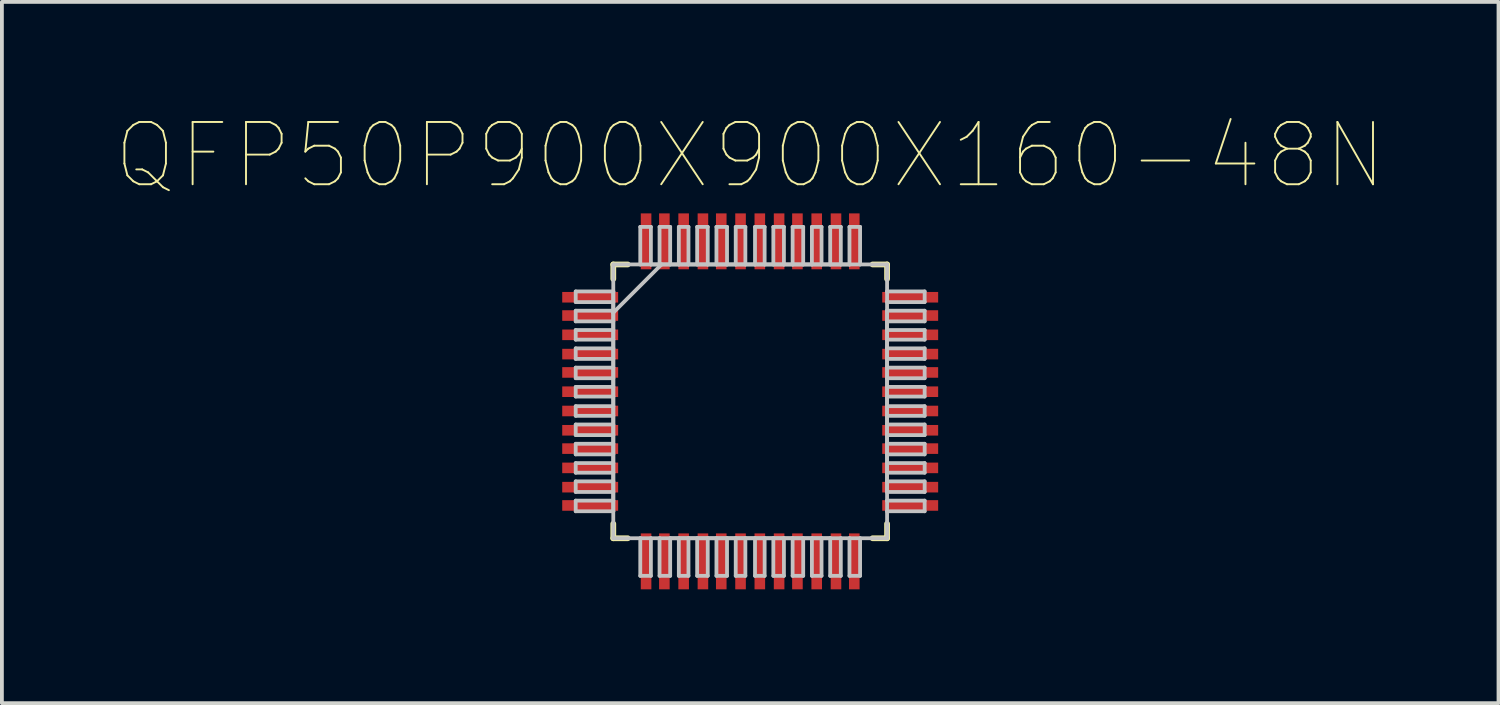
<source format=kicad_pcb>
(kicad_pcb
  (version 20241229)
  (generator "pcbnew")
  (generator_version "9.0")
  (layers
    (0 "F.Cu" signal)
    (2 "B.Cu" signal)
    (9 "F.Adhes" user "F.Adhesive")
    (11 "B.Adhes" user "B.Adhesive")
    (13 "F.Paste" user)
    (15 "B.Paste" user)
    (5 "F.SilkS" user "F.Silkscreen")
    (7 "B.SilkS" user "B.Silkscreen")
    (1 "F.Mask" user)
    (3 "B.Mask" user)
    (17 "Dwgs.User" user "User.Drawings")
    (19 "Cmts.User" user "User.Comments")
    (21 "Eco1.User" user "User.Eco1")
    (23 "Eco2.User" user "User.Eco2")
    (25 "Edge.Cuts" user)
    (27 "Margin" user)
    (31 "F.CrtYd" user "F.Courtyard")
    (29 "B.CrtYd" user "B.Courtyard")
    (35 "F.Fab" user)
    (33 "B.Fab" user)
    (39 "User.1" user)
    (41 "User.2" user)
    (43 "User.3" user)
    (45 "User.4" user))
  (footprint "QFP50P900X900X160-48N"
    (layer "F.Cu")
    (at 16.716 7.525)
    (property "Reference" "QFP50P900X900X160-48N" (at 0 -6.477 0) (layer "F.SilkS") (effects (font (size 1.641 1.641) (thickness 0.05))))
    (attr smd)
    (fp_line (start -3.607 -3.607) (end -3.607 -3.226) (stroke (width 0.152) (type solid)) (layer "F.SilkS"))
    (fp_line (start -3.607 3.226) (end -3.607 3.607) (stroke (width 0.152) (type solid)) (layer "F.SilkS"))
    (fp_line (start -3.607 3.607) (end -3.226 3.607) (stroke (width 0.152) (type solid)) (layer "F.SilkS"))
    (fp_line (start -3.226 -3.607) (end -3.607 -3.607) (stroke (width 0.152) (type solid)) (layer "F.SilkS"))
    (fp_line (start 3.226 3.607) (end 3.607 3.607) (stroke (width 0.152) (type solid)) (layer "F.SilkS"))
    (fp_line (start 3.607 -3.607) (end 3.226 -3.607) (stroke (width 0.152) (type solid)) (layer "F.SilkS"))
    (fp_line (start 3.607 -3.226) (end 3.607 -3.607) (stroke (width 0.152) (type solid)) (layer "F.SilkS"))
    (fp_line (start 3.607 3.607) (end 3.607 3.226) (stroke (width 0.152) (type solid)) (layer "F.SilkS"))
    (fp_line (start -4.597 -2.896) (end -4.597 -2.616) (stroke (width 0.1) (type solid)) (layer "Dwgs.User"))
    (fp_line (start -4.597 -2.616) (end -3.607 -2.616) (stroke (width 0.1) (type solid)) (layer "Dwgs.User"))
    (fp_line (start -4.597 -2.388) (end -4.597 -2.108) (stroke (width 0.1) (type solid)) (layer "Dwgs.User"))
    (fp_line (start -4.597 -2.108) (end -3.607 -2.108) (stroke (width 0.1) (type solid)) (layer "Dwgs.User"))
    (fp_line (start -4.597 -1.88) (end -4.597 -1.626) (stroke (width 0.1) (type solid)) (layer "Dwgs.User"))
    (fp_line (start -4.597 -1.626) (end -3.607 -1.626) (stroke (width 0.1) (type solid)) (layer "Dwgs.User"))
    (fp_line (start -4.597 -1.397) (end -4.597 -1.118) (stroke (width 0.1) (type solid)) (layer "Dwgs.User"))
    (fp_line (start -4.597 -1.118) (end -3.607 -1.118) (stroke (width 0.1) (type solid)) (layer "Dwgs.User"))
    (fp_line (start -4.597 -0.889) (end -4.597 -0.61) (stroke (width 0.1) (type solid)) (layer "Dwgs.User"))
    (fp_line (start -4.597 -0.61) (end -3.607 -0.61) (stroke (width 0.1) (type solid)) (layer "Dwgs.User"))
    (fp_line (start -4.597 -0.381) (end -4.597 -0.127) (stroke (width 0.1) (type solid)) (layer "Dwgs.User"))
    (fp_line (start -4.597 -0.127) (end -3.607 -0.127) (stroke (width 0.1) (type solid)) (layer "Dwgs.User"))
    (fp_line (start -4.597 0.127) (end -4.597 0.381) (stroke (width 0.1) (type solid)) (layer "Dwgs.User"))
    (fp_line (start -4.597 0.381) (end -3.607 0.381) (stroke (width 0.1) (type solid)) (layer "Dwgs.User"))
    (fp_line (start -4.597 0.61) (end -4.597 0.889) (stroke (width 0.1) (type solid)) (layer "Dwgs.User"))
    (fp_line (start -4.597 0.889) (end -3.607 0.889) (stroke (width 0.1) (type solid)) (layer "Dwgs.User"))
    (fp_line (start -4.597 1.118) (end -4.597 1.397) (stroke (width 0.1) (type solid)) (layer "Dwgs.User"))
    (fp_line (start -4.597 1.397) (end -3.607 1.397) (stroke (width 0.1) (type solid)) (layer "Dwgs.User"))
    (fp_line (start -4.597 1.626) (end -4.597 1.88) (stroke (width 0.1) (type solid)) (layer "Dwgs.User"))
    (fp_line (start -4.597 1.88) (end -3.607 1.88) (stroke (width 0.1) (type solid)) (layer "Dwgs.User"))
    (fp_line (start -4.597 2.108) (end -4.597 2.388) (stroke (width 0.1) (type solid)) (layer "Dwgs.User"))
    (fp_line (start -4.597 2.388) (end -3.607 2.388) (stroke (width 0.1) (type solid)) (layer "Dwgs.User"))
    (fp_line (start -4.597 2.616) (end -4.597 2.896) (stroke (width 0.1) (type solid)) (layer "Dwgs.User"))
    (fp_line (start -4.597 2.896) (end -3.607 2.896) (stroke (width 0.1) (type solid)) (layer "Dwgs.User"))
    (fp_line (start -3.607 -3.607) (end -3.607 -2.896) (stroke (width 0.1) (type solid)) (layer "Dwgs.User"))
    (fp_line (start -3.607 -2.896) (end -4.597 -2.896) (stroke (width 0.1) (type solid)) (layer "Dwgs.User"))
    (fp_line (start -3.607 -2.896) (end -3.607 2.896) (stroke (width 0.1) (type solid)) (layer "Dwgs.User"))
    (fp_line (start -3.607 -2.616) (end -3.607 -2.896) (stroke (width 0.1) (type solid)) (layer "Dwgs.User"))
    (fp_line (start -3.607 -2.616) (end -3.607 -2.388) (stroke (width 0.1) (type solid)) (layer "Dwgs.User"))
    (fp_line (start -3.607 -2.388) (end -4.597 -2.388) (stroke (width 0.1) (type solid)) (layer "Dwgs.User"))
    (fp_line (start -3.607 -2.337) (end -3.607 -2.388) (stroke (width 0.1) (type solid)) (layer "Dwgs.User"))
    (fp_line (start -3.607 -2.337) (end -2.337 -3.607) (stroke (width 0.1) (type solid)) (layer "Dwgs.User"))
    (fp_line (start -3.607 -2.108) (end -3.607 -2.337) (stroke (width 0.1) (type solid)) (layer "Dwgs.User"))
    (fp_line (start -3.607 -2.108) (end -3.607 -1.88) (stroke (width 0.1) (type solid)) (layer "Dwgs.User"))
    (fp_line (start -3.607 -1.88) (end -4.597 -1.88) (stroke (width 0.1) (type solid)) (layer "Dwgs.User"))
    (fp_line (start -3.607 -1.626) (end -3.607 -1.88) (stroke (width 0.1) (type solid)) (layer "Dwgs.User"))
    (fp_line (start -3.607 -1.626) (end -3.607 -1.397) (stroke (width 0.1) (type solid)) (layer "Dwgs.User"))
    (fp_line (start -3.607 -1.397) (end -4.597 -1.397) (stroke (width 0.1) (type solid)) (layer "Dwgs.User"))
    (fp_line (start -3.607 -1.118) (end -3.607 -1.397) (stroke (width 0.1) (type solid)) (layer "Dwgs.User"))
    (fp_line (start -3.607 -1.118) (end -3.607 -0.889) (stroke (width 0.1) (type solid)) (layer "Dwgs.User"))
    (fp_line (start -3.607 -0.889) (end -4.597 -0.889) (stroke (width 0.1) (type solid)) (layer "Dwgs.User"))
    (fp_line (start -3.607 -0.61) (end -3.607 -0.889) (stroke (width 0.1) (type solid)) (layer "Dwgs.User"))
    (fp_line (start -3.607 -0.61) (end -3.607 -0.381) (stroke (width 0.1) (type solid)) (layer "Dwgs.User"))
    (fp_line (start -3.607 -0.381) (end -4.597 -0.381) (stroke (width 0.1) (type solid)) (layer "Dwgs.User"))
    (fp_line (start -3.607 -0.127) (end -3.607 -0.381) (stroke (width 0.1) (type solid)) (layer "Dwgs.User"))
    (fp_line (start -3.607 -0.127) (end -3.607 0.127) (stroke (width 0.1) (type solid)) (layer "Dwgs.User"))
    (fp_line (start -3.607 0.127) (end -4.597 0.127) (stroke (width 0.1) (type solid)) (layer "Dwgs.User"))
    (fp_line (start -3.607 0.381) (end -3.607 0.127) (stroke (width 0.1) (type solid)) (layer "Dwgs.User"))
    (fp_line (start -3.607 0.381) (end -3.607 0.61) (stroke (width 0.1) (type solid)) (layer "Dwgs.User"))
    (fp_line (start -3.607 0.61) (end -4.597 0.61) (stroke (width 0.1) (type solid)) (layer "Dwgs.User"))
    (fp_line (start -3.607 0.889) (end -3.607 0.61) (stroke (width 0.1) (type solid)) (layer "Dwgs.User"))
    (fp_line (start -3.607 0.889) (end -3.607 1.118) (stroke (width 0.1) (type solid)) (layer "Dwgs.User"))
    (fp_line (start -3.607 1.118) (end -4.597 1.118) (stroke (width 0.1) (type solid)) (layer "Dwgs.User"))
    (fp_line (start -3.607 1.397) (end -3.607 1.118) (stroke (width 0.1) (type solid)) (layer "Dwgs.User"))
    (fp_line (start -3.607 1.397) (end -3.607 1.626) (stroke (width 0.1) (type solid)) (layer "Dwgs.User"))
    (fp_line (start -3.607 1.626) (end -4.597 1.626) (stroke (width 0.1) (type solid)) (layer "Dwgs.User"))
    (fp_line (start -3.607 1.88) (end -3.607 1.626) (stroke (width 0.1) (type solid)) (layer "Dwgs.User"))
    (fp_line (start -3.607 1.88) (end -3.607 2.108) (stroke (width 0.1) (type solid)) (layer "Dwgs.User"))
    (fp_line (start -3.607 2.108) (end -4.597 2.108) (stroke (width 0.1) (type solid)) (layer "Dwgs.User"))
    (fp_line (start -3.607 2.388) (end -3.607 2.108) (stroke (width 0.1) (type solid)) (layer "Dwgs.User"))
    (fp_line (start -3.607 2.388) (end -3.607 2.616) (stroke (width 0.1) (type solid)) (layer "Dwgs.User"))
    (fp_line (start -3.607 2.616) (end -4.597 2.616) (stroke (width 0.1) (type solid)) (layer "Dwgs.User"))
    (fp_line (start -3.607 2.896) (end -3.607 2.616) (stroke (width 0.1) (type solid)) (layer "Dwgs.User"))
    (fp_line (start -3.607 2.896) (end -3.607 3.607) (stroke (width 0.1) (type solid)) (layer "Dwgs.User"))
    (fp_line (start -3.607 3.607) (end -2.896 3.607) (stroke (width 0.1) (type solid)) (layer "Dwgs.User"))
    (fp_line (start -2.896 -4.597) (end -2.896 -3.607) (stroke (width 0.1) (type solid)) (layer "Dwgs.User"))
    (fp_line (start -2.896 -3.607) (end -3.607 -3.607) (stroke (width 0.1) (type solid)) (layer "Dwgs.User"))
    (fp_line (start -2.896 -3.607) (end -2.616 -3.607) (stroke (width 0.1) (type solid)) (layer "Dwgs.User"))
    (fp_line (start -2.896 3.607) (end -2.896 4.597) (stroke (width 0.1) (type solid)) (layer "Dwgs.User"))
    (fp_line (start -2.896 4.597) (end -2.616 4.597) (stroke (width 0.1) (type solid)) (layer "Dwgs.User"))
    (fp_line (start -2.616 -4.597) (end -2.896 -4.597) (stroke (width 0.1) (type solid)) (layer "Dwgs.User"))
    (fp_line (start -2.616 -3.607) (end -2.616 -4.597) (stroke (width 0.1) (type solid)) (layer "Dwgs.User"))
    (fp_line (start -2.616 3.607) (end -2.896 3.607) (stroke (width 0.1) (type solid)) (layer "Dwgs.User"))
    (fp_line (start -2.616 3.607) (end -2.388 3.607) (stroke (width 0.1) (type solid)) (layer "Dwgs.User"))
    (fp_line (start -2.616 4.597) (end -2.616 3.607) (stroke (width 0.1) (type solid)) (layer "Dwgs.User"))
    (fp_line (start -2.388 -4.597) (end -2.388 -3.607) (stroke (width 0.1) (type solid)) (layer "Dwgs.User"))
    (fp_line (start -2.388 -3.607) (end -2.616 -3.607) (stroke (width 0.1) (type solid)) (layer "Dwgs.User"))
    (fp_line (start -2.388 -3.607) (end -2.337 -3.607) (stroke (width 0.1) (type solid)) (layer "Dwgs.User"))
    (fp_line (start -2.388 3.607) (end -2.388 4.597) (stroke (width 0.1) (type solid)) (layer "Dwgs.User"))
    (fp_line (start -2.388 4.597) (end -2.108 4.597) (stroke (width 0.1) (type solid)) (layer "Dwgs.User"))
    (fp_line (start -2.337 -3.607) (end -2.108 -3.607) (stroke (width 0.1) (type solid)) (layer "Dwgs.User"))
    (fp_line (start -2.108 -4.597) (end -2.388 -4.597) (stroke (width 0.1) (type solid)) (layer "Dwgs.User"))
    (fp_line (start -2.108 -3.607) (end -2.108 -4.597) (stroke (width 0.1) (type solid)) (layer "Dwgs.User"))
    (fp_line (start -2.108 3.607) (end -2.388 3.607) (stroke (width 0.1) (type solid)) (layer "Dwgs.User"))
    (fp_line (start -2.108 3.607) (end -1.88 3.607) (stroke (width 0.1) (type solid)) (layer "Dwgs.User"))
    (fp_line (start -2.108 3.607) (end 2.108 3.607) (stroke (width 0.1) (type solid)) (layer "Dwgs.User"))
    (fp_line (start -2.108 4.597) (end -2.108 3.607) (stroke (width 0.1) (type solid)) (layer "Dwgs.User"))
    (fp_line (start -1.88 -4.597) (end -1.88 -3.607) (stroke (width 0.1) (type solid)) (layer "Dwgs.User"))
    (fp_line (start -1.88 -3.607) (end -2.108 -3.607) (stroke (width 0.1) (type solid)) (layer "Dwgs.User"))
    (fp_line (start -1.88 -3.607) (end -1.626 -3.607) (stroke (width 0.1) (type solid)) (layer "Dwgs.User"))
    (fp_line (start -1.88 3.607) (end -1.88 4.597) (stroke (width 0.1) (type solid)) (layer "Dwgs.User"))
    (fp_line (start -1.88 4.597) (end -1.626 4.597) (stroke (width 0.1) (type solid)) (layer "Dwgs.User"))
    (fp_line (start -1.626 -4.597) (end -1.88 -4.597) (stroke (width 0.1) (type solid)) (layer "Dwgs.User"))
    (fp_line (start -1.626 -3.607) (end -1.626 -4.597) (stroke (width 0.1) (type solid)) (layer "Dwgs.User"))
    (fp_line (start -1.626 3.607) (end -1.88 3.607) (stroke (width 0.1) (type solid)) (layer "Dwgs.User"))
    (fp_line (start -1.626 3.607) (end -1.397 3.607) (stroke (width 0.1) (type solid)) (layer "Dwgs.User"))
    (fp_line (start -1.626 4.597) (end -1.626 3.607) (stroke (width 0.1) (type solid)) (layer "Dwgs.User"))
    (fp_line (start -1.397 -4.597) (end -1.397 -3.607) (stroke (width 0.1) (type solid)) (layer "Dwgs.User"))
    (fp_line (start -1.397 -3.607) (end -1.626 -3.607) (stroke (width 0.1) (type solid)) (layer "Dwgs.User"))
    (fp_line (start -1.397 -3.607) (end -1.118 -3.607) (stroke (width 0.1) (type solid)) (layer "Dwgs.User"))
    (fp_line (start -1.397 3.607) (end -1.397 4.597) (stroke (width 0.1) (type solid)) (layer "Dwgs.User"))
    (fp_line (start -1.397 4.597) (end -1.118 4.597) (stroke (width 0.1) (type solid)) (layer "Dwgs.User"))
    (fp_line (start -1.118 -4.597) (end -1.397 -4.597) (stroke (width 0.1) (type solid)) (layer "Dwgs.User"))
    (fp_line (start -1.118 -3.607) (end -1.118 -4.597) (stroke (width 0.1) (type solid)) (layer "Dwgs.User"))
    (fp_line (start -1.118 3.607) (end -1.397 3.607) (stroke (width 0.1) (type solid)) (layer "Dwgs.User"))
    (fp_line (start -1.118 3.607) (end -0.889 3.607) (stroke (width 0.1) (type solid)) (layer "Dwgs.User"))
    (fp_line (start -1.118 4.597) (end -1.118 3.607) (stroke (width 0.1) (type solid)) (layer "Dwgs.User"))
    (fp_line (start -0.889 -4.597) (end -0.889 -3.607) (stroke (width 0.1) (type solid)) (layer "Dwgs.User"))
    (fp_line (start -0.889 -3.607) (end -1.118 -3.607) (stroke (width 0.1) (type solid)) (layer "Dwgs.User"))
    (fp_line (start -0.889 -3.607) (end -0.61 -3.607) (stroke (width 0.1) (type solid)) (layer "Dwgs.User"))
    (fp_line (start -0.889 3.607) (end -0.889 4.597) (stroke (width 0.1) (type solid)) (layer "Dwgs.User"))
    (fp_line (start -0.889 4.597) (end -0.61 4.597) (stroke (width 0.1) (type solid)) (layer "Dwgs.User"))
    (fp_line (start -0.61 -4.597) (end -0.889 -4.597) (stroke (width 0.1) (type solid)) (layer "Dwgs.User"))
    (fp_line (start -0.61 -3.607) (end -0.61 -4.597) (stroke (width 0.1) (type solid)) (layer "Dwgs.User"))
    (fp_line (start -0.61 3.607) (end -0.889 3.607) (stroke (width 0.1) (type solid)) (layer "Dwgs.User"))
    (fp_line (start -0.61 3.607) (end -0.381 3.607) (stroke (width 0.1) (type solid)) (layer "Dwgs.User"))
    (fp_line (start -0.61 4.597) (end -0.61 3.607) (stroke (width 0.1) (type solid)) (layer "Dwgs.User"))
    (fp_line (start -0.381 -4.597) (end -0.381 -3.607) (stroke (width 0.1) (type solid)) (layer "Dwgs.User"))
    (fp_line (start -0.381 -3.607) (end -0.61 -3.607) (stroke (width 0.1) (type solid)) (layer "Dwgs.User"))
    (fp_line (start -0.381 -3.607) (end -0.127 -3.607) (stroke (width 0.1) (type solid)) (layer "Dwgs.User"))
    (fp_line (start -0.381 3.607) (end -0.381 4.597) (stroke (width 0.1) (type solid)) (layer "Dwgs.User"))
    (fp_line (start -0.381 4.597) (end -0.127 4.597) (stroke (width 0.1) (type solid)) (layer "Dwgs.User"))
    (fp_line (start -0.127 -4.597) (end -0.381 -4.597) (stroke (width 0.1) (type solid)) (layer "Dwgs.User"))
    (fp_line (start -0.127 -3.607) (end -0.127 -4.597) (stroke (width 0.1) (type solid)) (layer "Dwgs.User"))
    (fp_line (start -0.127 3.607) (end -0.381 3.607) (stroke (width 0.1) (type solid)) (layer "Dwgs.User"))
    (fp_line (start -0.127 3.607) (end 0.127 3.607) (stroke (width 0.1) (type solid)) (layer "Dwgs.User"))
    (fp_line (start -0.127 4.597) (end -0.127 3.607) (stroke (width 0.1) (type solid)) (layer "Dwgs.User"))
    (fp_line (start 0.127 -4.597) (end 0.127 -3.607) (stroke (width 0.1) (type solid)) (layer "Dwgs.User"))
    (fp_line (start 0.127 -3.607) (end -0.127 -3.607) (stroke (width 0.1) (type solid)) (layer "Dwgs.User"))
    (fp_line (start 0.127 -3.607) (end 0.381 -3.607) (stroke (width 0.1) (type solid)) (layer "Dwgs.User"))
    (fp_line (start 0.127 3.607) (end 0.127 4.597) (stroke (width 0.1) (type solid)) (layer "Dwgs.User"))
    (fp_line (start 0.127 4.597) (end 0.381 4.597) (stroke (width 0.1) (type solid)) (layer "Dwgs.User"))
    (fp_line (start 0.381 -4.597) (end 0.127 -4.597) (stroke (width 0.1) (type solid)) (layer "Dwgs.User"))
    (fp_line (start 0.381 -3.607) (end 0.381 -4.597) (stroke (width 0.1) (type solid)) (layer "Dwgs.User"))
    (fp_line (start 0.381 3.607) (end 0.127 3.607) (stroke (width 0.1) (type solid)) (layer "Dwgs.User"))
    (fp_line (start 0.381 3.607) (end 0.61 3.607) (stroke (width 0.1) (type solid)) (layer "Dwgs.User"))
    (fp_line (start 0.381 4.597) (end 0.381 3.607) (stroke (width 0.1) (type solid)) (layer "Dwgs.User"))
    (fp_line (start 0.61 -4.597) (end 0.61 -3.607) (stroke (width 0.1) (type solid)) (layer "Dwgs.User"))
    (fp_line (start 0.61 -3.607) (end 0.381 -3.607) (stroke (width 0.1) (type solid)) (layer "Dwgs.User"))
    (fp_line (start 0.61 -3.607) (end 0.889 -3.607) (stroke (width 0.1) (type solid)) (layer "Dwgs.User"))
    (fp_line (start 0.61 3.607) (end 0.61 4.597) (stroke (width 0.1) (type solid)) (layer "Dwgs.User"))
    (fp_line (start 0.61 4.597) (end 0.889 4.597) (stroke (width 0.1) (type solid)) (layer "Dwgs.User"))
    (fp_line (start 0.889 -4.597) (end 0.61 -4.597) (stroke (width 0.1) (type solid)) (layer "Dwgs.User"))
    (fp_line (start 0.889 -3.607) (end 0.889 -4.597) (stroke (width 0.1) (type solid)) (layer "Dwgs.User"))
    (fp_line (start 0.889 3.607) (end 0.61 3.607) (stroke (width 0.1) (type solid)) (layer "Dwgs.User"))
    (fp_line (start 0.889 3.607) (end 1.118 3.607) (stroke (width 0.1) (type solid)) (layer "Dwgs.User"))
    (fp_line (start 0.889 4.597) (end 0.889 3.607) (stroke (width 0.1) (type solid)) (layer "Dwgs.User"))
    (fp_line (start 1.118 -4.597) (end 1.118 -3.607) (stroke (width 0.1) (type solid)) (layer "Dwgs.User"))
    (fp_line (start 1.118 -3.607) (end 0.889 -3.607) (stroke (width 0.1) (type solid)) (layer "Dwgs.User"))
    (fp_line (start 1.118 -3.607) (end 1.397 -3.607) (stroke (width 0.1) (type solid)) (layer "Dwgs.User"))
    (fp_line (start 1.118 3.607) (end 1.118 4.597) (stroke (width 0.1) (type solid)) (layer "Dwgs.User"))
    (fp_line (start 1.118 4.597) (end 1.397 4.597) (stroke (width 0.1) (type solid)) (layer "Dwgs.User"))
    (fp_line (start 1.397 -4.597) (end 1.118 -4.597) (stroke (width 0.1) (type solid)) (layer "Dwgs.User"))
    (fp_line (start 1.397 -3.607) (end 1.397 -4.597) (stroke (width 0.1) (type solid)) (layer "Dwgs.User"))
    (fp_line (start 1.397 3.607) (end 1.118 3.607) (stroke (width 0.1) (type solid)) (layer "Dwgs.User"))
    (fp_line (start 1.397 3.607) (end 1.626 3.607) (stroke (width 0.1) (type solid)) (layer "Dwgs.User"))
    (fp_line (start 1.397 4.597) (end 1.397 3.607) (stroke (width 0.1) (type solid)) (layer "Dwgs.User"))
    (fp_line (start 1.626 -4.597) (end 1.626 -3.607) (stroke (width 0.1) (type solid)) (layer "Dwgs.User"))
    (fp_line (start 1.626 -3.607) (end 1.397 -3.607) (stroke (width 0.1) (type solid)) (layer "Dwgs.User"))
    (fp_line (start 1.626 -3.607) (end 1.88 -3.607) (stroke (width 0.1) (type solid)) (layer "Dwgs.User"))
    (fp_line (start 1.626 3.607) (end 1.626 4.597) (stroke (width 0.1) (type solid)) (layer "Dwgs.User"))
    (fp_line (start 1.626 4.597) (end 1.88 4.597) (stroke (width 0.1) (type solid)) (layer "Dwgs.User"))
    (fp_line (start 1.88 -4.597) (end 1.626 -4.597) (stroke (width 0.1) (type solid)) (layer "Dwgs.User"))
    (fp_line (start 1.88 -3.607) (end 1.88 -4.597) (stroke (width 0.1) (type solid)) (layer "Dwgs.User"))
    (fp_line (start 1.88 3.607) (end 1.626 3.607) (stroke (width 0.1) (type solid)) (layer "Dwgs.User"))
    (fp_line (start 1.88 3.607) (end 2.108 3.607) (stroke (width 0.1) (type solid)) (layer "Dwgs.User"))
    (fp_line (start 1.88 4.597) (end 1.88 3.607) (stroke (width 0.1) (type solid)) (layer "Dwgs.User"))
    (fp_line (start 2.108 -4.597) (end 2.108 -3.607) (stroke (width 0.1) (type solid)) (layer "Dwgs.User"))
    (fp_line (start 2.108 -3.607) (end 1.88 -3.607) (stroke (width 0.1) (type solid)) (layer "Dwgs.User"))
    (fp_line (start 2.108 -3.607) (end 2.388 -3.607) (stroke (width 0.1) (type solid)) (layer "Dwgs.User"))
    (fp_line (start 2.108 3.607) (end 2.108 4.597) (stroke (width 0.1) (type solid)) (layer "Dwgs.User"))
    (fp_line (start 2.108 4.597) (end 2.388 4.597) (stroke (width 0.1) (type solid)) (layer "Dwgs.User"))
    (fp_line (start 2.388 -4.597) (end 2.108 -4.597) (stroke (width 0.1) (type solid)) (layer "Dwgs.User"))
    (fp_line (start 2.388 -3.607) (end 2.388 -4.597) (stroke (width 0.1) (type solid)) (layer "Dwgs.User"))
    (fp_line (start 2.388 3.607) (end 2.108 3.607) (stroke (width 0.1) (type solid)) (layer "Dwgs.User"))
    (fp_line (start 2.388 3.607) (end 2.616 3.607) (stroke (width 0.1) (type solid)) (layer "Dwgs.User"))
    (fp_line (start 2.388 4.597) (end 2.388 3.607) (stroke (width 0.1) (type solid)) (layer "Dwgs.User"))
    (fp_line (start 2.616 -4.597) (end 2.616 -3.607) (stroke (width 0.1) (type solid)) (layer "Dwgs.User"))
    (fp_line (start 2.616 -3.607) (end -2.616 -3.607) (stroke (width 0.1) (type solid)) (layer "Dwgs.User"))
    (fp_line (start 2.616 -3.607) (end 2.388 -3.607) (stroke (width 0.1) (type solid)) (layer "Dwgs.User"))
    (fp_line (start 2.616 -3.607) (end 2.896 -3.607) (stroke (width 0.1) (type solid)) (layer "Dwgs.User"))
    (fp_line (start 2.616 3.607) (end 2.616 4.597) (stroke (width 0.1) (type solid)) (layer "Dwgs.User"))
    (fp_line (start 2.616 4.597) (end 2.896 4.597) (stroke (width 0.1) (type solid)) (layer "Dwgs.User"))
    (fp_line (start 2.896 -4.597) (end 2.616 -4.597) (stroke (width 0.1) (type solid)) (layer "Dwgs.User"))
    (fp_line (start 2.896 -3.607) (end 2.896 -4.597) (stroke (width 0.1) (type solid)) (layer "Dwgs.User"))
    (fp_line (start 2.896 3.607) (end 2.616 3.607) (stroke (width 0.1) (type solid)) (layer "Dwgs.User"))
    (fp_line (start 2.896 3.607) (end 3.607 3.607) (stroke (width 0.1) (type solid)) (layer "Dwgs.User"))
    (fp_line (start 2.896 4.597) (end 2.896 3.607) (stroke (width 0.1) (type solid)) (layer "Dwgs.User"))
    (fp_line (start 3.607 -3.607) (end 2.896 -3.607) (stroke (width 0.1) (type solid)) (layer "Dwgs.User"))
    (fp_line (start 3.607 -2.896) (end 3.607 -3.607) (stroke (width 0.1) (type solid)) (layer "Dwgs.User"))
    (fp_line (start 3.607 -2.896) (end 3.607 -2.616) (stroke (width 0.1) (type solid)) (layer "Dwgs.User"))
    (fp_line (start 3.607 -2.616) (end 4.597 -2.616) (stroke (width 0.1) (type solid)) (layer "Dwgs.User"))
    (fp_line (start 3.607 -2.388) (end 3.607 -2.616) (stroke (width 0.1) (type solid)) (layer "Dwgs.User"))
    (fp_line (start 3.607 -2.388) (end 3.607 -2.108) (stroke (width 0.1) (type solid)) (layer "Dwgs.User"))
    (fp_line (start 3.607 -2.108) (end 4.597 -2.108) (stroke (width 0.1) (type solid)) (layer "Dwgs.User"))
    (fp_line (start 3.607 -1.88) (end 3.607 -2.108) (stroke (width 0.1) (type solid)) (layer "Dwgs.User"))
    (fp_line (start 3.607 -1.88) (end 3.607 -1.626) (stroke (width 0.1) (type solid)) (layer "Dwgs.User"))
    (fp_line (start 3.607 -1.626) (end 4.597 -1.626) (stroke (width 0.1) (type solid)) (layer "Dwgs.User"))
    (fp_line (start 3.607 -1.397) (end 3.607 -1.626) (stroke (width 0.1) (type solid)) (layer "Dwgs.User"))
    (fp_line (start 3.607 -1.397) (end 3.607 -1.118) (stroke (width 0.1) (type solid)) (layer "Dwgs.User"))
    (fp_line (start 3.607 -1.118) (end 4.597 -1.118) (stroke (width 0.1) (type solid)) (layer "Dwgs.User"))
    (fp_line (start 3.607 -0.889) (end 3.607 -1.118) (stroke (width 0.1) (type solid)) (layer "Dwgs.User"))
    (fp_line (start 3.607 -0.889) (end 3.607 -0.61) (stroke (width 0.1) (type solid)) (layer "Dwgs.User"))
    (fp_line (start 3.607 -0.61) (end 4.597 -0.61) (stroke (width 0.1) (type solid)) (layer "Dwgs.User"))
    (fp_line (start 3.607 -0.381) (end 3.607 -0.61) (stroke (width 0.1) (type solid)) (layer "Dwgs.User"))
    (fp_line (start 3.607 -0.381) (end 3.607 -0.127) (stroke (width 0.1) (type solid)) (layer "Dwgs.User"))
    (fp_line (start 3.607 -0.127) (end 4.597 -0.127) (stroke (width 0.1) (type solid)) (layer "Dwgs.User"))
    (fp_line (start 3.607 0.127) (end 3.607 -0.127) (stroke (width 0.1) (type solid)) (layer "Dwgs.User"))
    (fp_line (start 3.607 0.127) (end 3.607 0.381) (stroke (width 0.1) (type solid)) (layer "Dwgs.User"))
    (fp_line (start 3.607 0.381) (end 4.597 0.381) (stroke (width 0.1) (type solid)) (layer "Dwgs.User"))
    (fp_line (start 3.607 0.61) (end 3.607 0.381) (stroke (width 0.1) (type solid)) (layer "Dwgs.User"))
    (fp_line (start 3.607 0.61) (end 3.607 0.889) (stroke (width 0.1) (type solid)) (layer "Dwgs.User"))
    (fp_line (start 3.607 0.889) (end 4.597 0.889) (stroke (width 0.1) (type solid)) (layer "Dwgs.User"))
    (fp_line (start 3.607 1.118) (end 3.607 0.889) (stroke (width 0.1) (type solid)) (layer "Dwgs.User"))
    (fp_line (start 3.607 1.118) (end 3.607 1.397) (stroke (width 0.1) (type solid)) (layer "Dwgs.User"))
    (fp_line (start 3.607 1.397) (end 4.597 1.397) (stroke (width 0.1) (type solid)) (layer "Dwgs.User"))
    (fp_line (start 3.607 1.626) (end 3.607 1.397) (stroke (width 0.1) (type solid)) (layer "Dwgs.User"))
    (fp_line (start 3.607 1.626) (end 3.607 1.88) (stroke (width 0.1) (type solid)) (layer "Dwgs.User"))
    (fp_line (start 3.607 1.88) (end 4.597 1.88) (stroke (width 0.1) (type solid)) (layer "Dwgs.User"))
    (fp_line (start 3.607 2.108) (end 3.607 1.88) (stroke (width 0.1) (type solid)) (layer "Dwgs.User"))
    (fp_line (start 3.607 2.108) (end 3.607 2.388) (stroke (width 0.1) (type solid)) (layer "Dwgs.User"))
    (fp_line (start 3.607 2.388) (end 3.607 -2.388) (stroke (width 0.1) (type solid)) (layer "Dwgs.User"))
    (fp_line (start 3.607 2.388) (end 4.597 2.388) (stroke (width 0.1) (type solid)) (layer "Dwgs.User"))
    (fp_line (start 3.607 2.616) (end 3.607 2.388) (stroke (width 0.1) (type solid)) (layer "Dwgs.User"))
    (fp_line (start 3.607 2.616) (end 3.607 2.896) (stroke (width 0.1) (type solid)) (layer "Dwgs.User"))
    (fp_line (start 3.607 2.896) (end 4.597 2.896) (stroke (width 0.1) (type solid)) (layer "Dwgs.User"))
    (fp_line (start 3.607 3.607) (end 3.607 2.896) (stroke (width 0.1) (type solid)) (layer "Dwgs.User"))
    (fp_line (start 4.597 -2.896) (end 3.607 -2.896) (stroke (width 0.1) (type solid)) (layer "Dwgs.User"))
    (fp_line (start 4.597 -2.616) (end 4.597 -2.896) (stroke (width 0.1) (type solid)) (layer "Dwgs.User"))
    (fp_line (start 4.597 -2.388) (end 3.607 -2.388) (stroke (width 0.1) (type solid)) (layer "Dwgs.User"))
    (fp_line (start 4.597 -2.108) (end 4.597 -2.388) (stroke (width 0.1) (type solid)) (layer "Dwgs.User"))
    (fp_line (start 4.597 -1.88) (end 3.607 -1.88) (stroke (width 0.1) (type solid)) (layer "Dwgs.User"))
    (fp_line (start 4.597 -1.626) (end 4.597 -1.88) (stroke (width 0.1) (type solid)) (layer "Dwgs.User"))
    (fp_line (start 4.597 -1.397) (end 3.607 -1.397) (stroke (width 0.1) (type solid)) (layer "Dwgs.User"))
    (fp_line (start 4.597 -1.118) (end 4.597 -1.397) (stroke (width 0.1) (type solid)) (layer "Dwgs.User"))
    (fp_line (start 4.597 -0.889) (end 3.607 -0.889) (stroke (width 0.1) (type solid)) (layer "Dwgs.User"))
    (fp_line (start 4.597 -0.61) (end 4.597 -0.889) (stroke (width 0.1) (type solid)) (layer "Dwgs.User"))
    (fp_line (start 4.597 -0.381) (end 3.607 -0.381) (stroke (width 0.1) (type solid)) (layer "Dwgs.User"))
    (fp_line (start 4.597 -0.127) (end 4.597 -0.381) (stroke (width 0.1) (type solid)) (layer "Dwgs.User"))
    (fp_line (start 4.597 0.127) (end 3.607 0.127) (stroke (width 0.1) (type solid)) (layer "Dwgs.User"))
    (fp_line (start 4.597 0.381) (end 4.597 0.127) (stroke (width 0.1) (type solid)) (layer "Dwgs.User"))
    (fp_line (start 4.597 0.61) (end 3.607 0.61) (stroke (width 0.1) (type solid)) (layer "Dwgs.User"))
    (fp_line (start 4.597 0.889) (end 4.597 0.61) (stroke (width 0.1) (type solid)) (layer "Dwgs.User"))
    (fp_line (start 4.597 1.118) (end 3.607 1.118) (stroke (width 0.1) (type solid)) (layer "Dwgs.User"))
    (fp_line (start 4.597 1.397) (end 4.597 1.118) (stroke (width 0.1) (type solid)) (layer "Dwgs.User"))
    (fp_line (start 4.597 1.626) (end 3.607 1.626) (stroke (width 0.1) (type solid)) (layer "Dwgs.User"))
    (fp_line (start 4.597 1.88) (end 4.597 1.626) (stroke (width 0.1) (type solid)) (layer "Dwgs.User"))
    (fp_line (start 4.597 2.108) (end 3.607 2.108) (stroke (width 0.1) (type solid)) (layer "Dwgs.User"))
    (fp_line (start 4.597 2.388) (end 4.597 2.108) (stroke (width 0.1) (type solid)) (layer "Dwgs.User"))
    (fp_line (start 4.597 2.616) (end 3.607 2.616) (stroke (width 0.1) (type solid)) (layer "Dwgs.User"))
    (fp_line (start 4.597 2.896) (end 4.597 2.616) (stroke (width 0.1) (type solid)) (layer "Dwgs.User"))
    (pad "1" smd rect (at -4.216 -2.743 270) (size 0.279 1.473) (layers "F.Cu" "F.Mask" "F.Paste"))
    (pad "2" smd rect (at -4.216 -2.261 270) (size 0.279 1.473) (layers "F.Cu" "F.Mask" "F.Paste"))
    (pad "3" smd rect (at -4.216 -1.753 270) (size 0.279 1.473) (layers "F.Cu" "F.Mask" "F.Paste"))
    (pad "4" smd rect (at -4.216 -1.245 270) (size 0.279 1.473) (layers "F.Cu" "F.Mask" "F.Paste"))
    (pad "5" smd rect (at -4.216 -0.762 270) (size 0.279 1.473) (layers "F.Cu" "F.Mask" "F.Paste"))
    (pad "6" smd rect (at -4.216 -0.254 270) (size 0.279 1.473) (layers "F.Cu" "F.Mask" "F.Paste"))
    (pad "7" smd rect (at -4.216 0.254 270) (size 0.279 1.473) (layers "F.Cu" "F.Mask" "F.Paste"))
    (pad "8" smd rect (at -4.216 0.762 270) (size 0.279 1.473) (layers "F.Cu" "F.Mask" "F.Paste"))
    (pad "9" smd rect (at -4.216 1.245 270) (size 0.279 1.473) (layers "F.Cu" "F.Mask" "F.Paste"))
    (pad "10" smd rect (at -4.216 1.753 270) (size 0.279 1.473) (layers "F.Cu" "F.Mask" "F.Paste"))
    (pad "11" smd rect (at -4.216 2.261 270) (size 0.279 1.473) (layers "F.Cu" "F.Mask" "F.Paste"))
    (pad "12" smd rect (at -4.216 2.743 270) (size 0.279 1.473) (layers "F.Cu" "F.Mask" "F.Paste"))
    (pad "13" smd rect (at -2.743 4.216 180) (size 0.279 1.473) (layers "F.Cu" "F.Mask" "F.Paste"))
    (pad "14" smd rect (at -2.261 4.216 180) (size 0.279 1.473) (layers "F.Cu" "F.Mask" "F.Paste"))
    (pad "15" smd rect (at -1.753 4.216 180) (size 0.279 1.473) (layers "F.Cu" "F.Mask" "F.Paste"))
    (pad "16" smd rect (at -1.245 4.216 180) (size 0.279 1.473) (layers "F.Cu" "F.Mask" "F.Paste"))
    (pad "17" smd rect (at -0.762 4.216 180) (size 0.279 1.473) (layers "F.Cu" "F.Mask" "F.Paste"))
    (pad "18" smd rect (at -0.254 4.216 180) (size 0.279 1.473) (layers "F.Cu" "F.Mask" "F.Paste"))
    (pad "19" smd rect (at 0.254 4.216 180) (size 0.279 1.473) (layers "F.Cu" "F.Mask" "F.Paste"))
    (pad "20" smd rect (at 0.762 4.216 180) (size 0.279 1.473) (layers "F.Cu" "F.Mask" "F.Paste"))
    (pad "21" smd rect (at 1.245 4.216 180) (size 0.279 1.473) (layers "F.Cu" "F.Mask" "F.Paste"))
    (pad "22" smd rect (at 1.753 4.216 180) (size 0.279 1.473) (layers "F.Cu" "F.Mask" "F.Paste"))
    (pad "23" smd rect (at 2.261 4.216 180) (size 0.279 1.473) (layers "F.Cu" "F.Mask" "F.Paste"))
    (pad "24" smd rect (at 2.743 4.216 180) (size 0.279 1.473) (layers "F.Cu" "F.Mask" "F.Paste"))
    (pad "25" smd rect (at 4.216 2.743 270) (size 0.279 1.473) (layers "F.Cu" "F.Mask" "F.Paste"))
    (pad "26" smd rect (at 4.216 2.261 270) (size 0.279 1.473) (layers "F.Cu" "F.Mask" "F.Paste"))
    (pad "27" smd rect (at 4.216 1.753 270) (size 0.279 1.473) (layers "F.Cu" "F.Mask" "F.Paste"))
    (pad "28" smd rect (at 4.216 1.245 270) (size 0.279 1.473) (layers "F.Cu" "F.Mask" "F.Paste"))
    (pad "29" smd rect (at 4.216 0.762 270) (size 0.279 1.473) (layers "F.Cu" "F.Mask" "F.Paste"))
    (pad "30" smd rect (at 4.216 0.254 270) (size 0.279 1.473) (layers "F.Cu" "F.Mask" "F.Paste"))
    (pad "31" smd rect (at 4.216 -0.254 270) (size 0.279 1.473) (layers "F.Cu" "F.Mask" "F.Paste"))
    (pad "32" smd rect (at 4.216 -0.762 270) (size 0.279 1.473) (layers "F.Cu" "F.Mask" "F.Paste"))
    (pad "33" smd rect (at 4.216 -1.245 270) (size 0.279 1.473) (layers "F.Cu" "F.Mask" "F.Paste"))
    (pad "34" smd rect (at 4.216 -1.753 270) (size 0.279 1.473) (layers "F.Cu" "F.Mask" "F.Paste"))
    (pad "35" smd rect (at 4.216 -2.261 270) (size 0.279 1.473) (layers "F.Cu" "F.Mask" "F.Paste"))
    (pad "36" smd rect (at 4.216 -2.743 270) (size 0.279 1.473) (layers "F.Cu" "F.Mask" "F.Paste"))
    (pad "37" smd rect (at 2.743 -4.216 180) (size 0.279 1.473) (layers "F.Cu" "F.Mask" "F.Paste"))
    (pad "38" smd rect (at 2.261 -4.216 180) (size 0.279 1.473) (layers "F.Cu" "F.Mask" "F.Paste"))
    (pad "39" smd rect (at 1.753 -4.216 180) (size 0.279 1.473) (layers "F.Cu" "F.Mask" "F.Paste"))
    (pad "40" smd rect (at 1.245 -4.216 180) (size 0.279 1.473) (layers "F.Cu" "F.Mask" "F.Paste"))
    (pad "41" smd rect (at 0.762 -4.216 180) (size 0.279 1.473) (layers "F.Cu" "F.Mask" "F.Paste"))
    (pad "42" smd rect (at 0.254 -4.216 180) (size 0.279 1.473) (layers "F.Cu" "F.Mask" "F.Paste"))
    (pad "43" smd rect (at -0.254 -4.216 180) (size 0.279 1.473) (layers "F.Cu" "F.Mask" "F.Paste"))
    (pad "44" smd rect (at -0.762 -4.216 180) (size 0.279 1.473) (layers "F.Cu" "F.Mask" "F.Paste"))
    (pad "45" smd rect (at -1.245 -4.216 180) (size 0.279 1.473) (layers "F.Cu" "F.Mask" "F.Paste"))
    (pad "46" smd rect (at -1.753 -4.216 180) (size 0.279 1.473) (layers "F.Cu" "F.Mask" "F.Paste"))
    (pad "47" smd rect (at -2.261 -4.216 180) (size 0.279 1.473) (layers "F.Cu" "F.Mask" "F.Paste"))
    (pad "48" smd rect (at -2.743 -4.216 180) (size 0.279 1.473) (layers "F.Cu" "F.Mask" "F.Paste")))
  (gr_rect
    (start -3 -3)
    (end 36.433 15.478)
    (stroke (width 0.1) (type default))
    (fill no)
    (layer "Edge.Cuts")))
</source>
